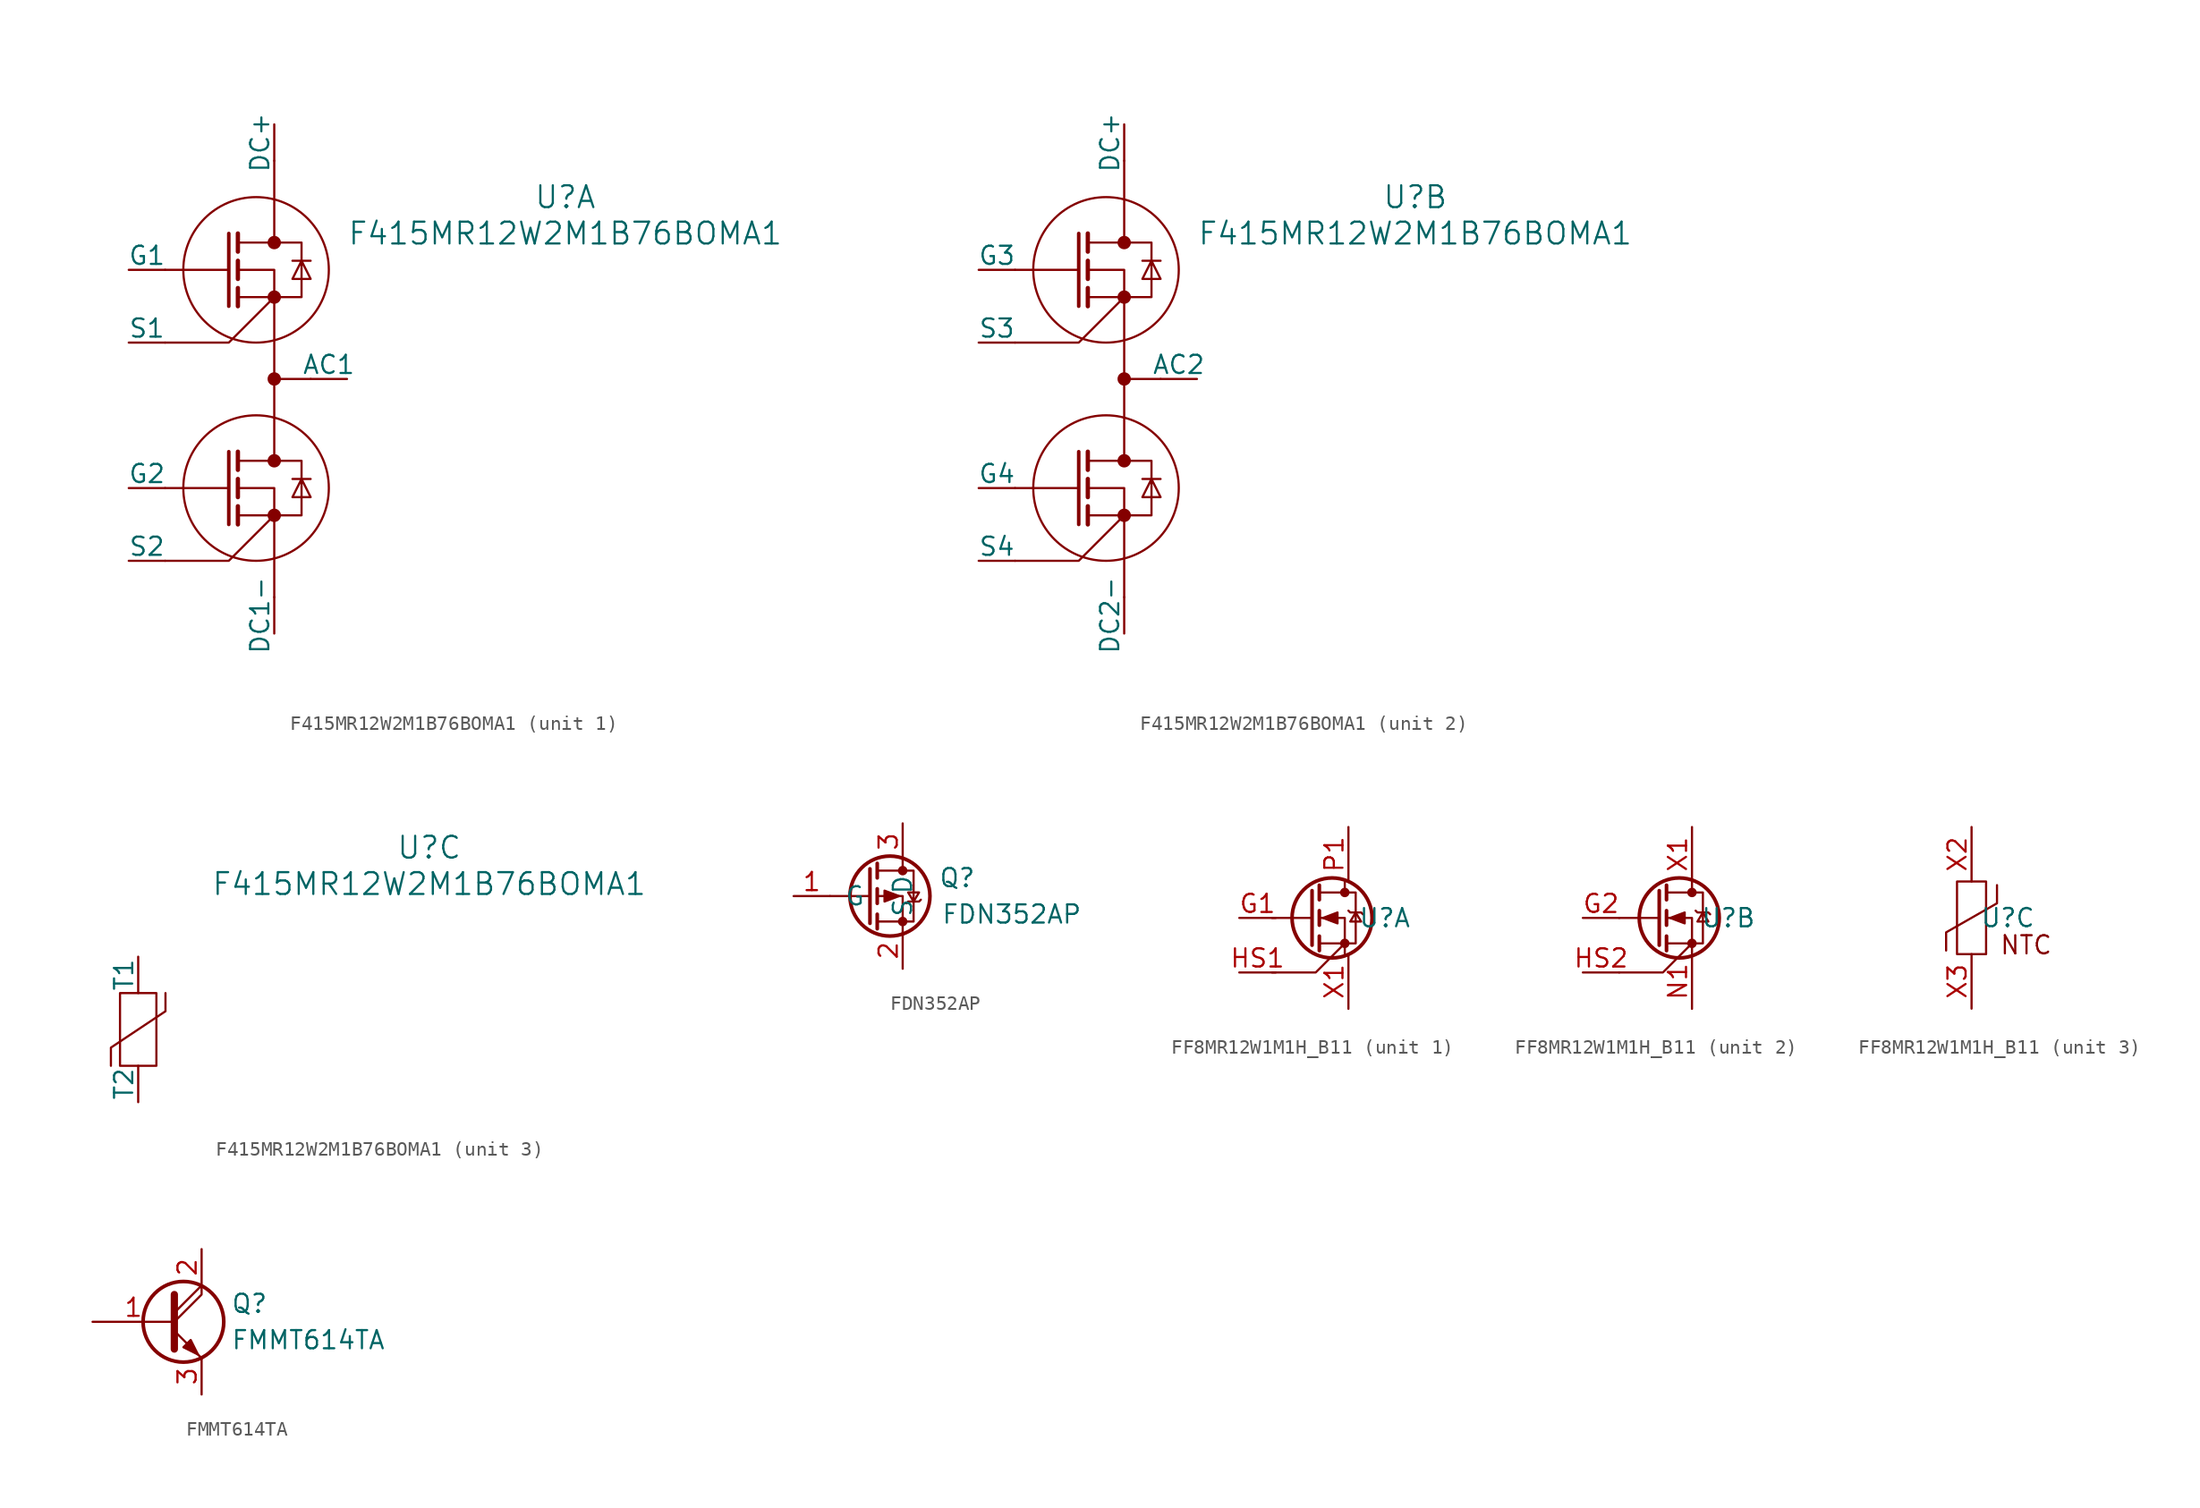
<source format=kicad_sym>
(kicad_symbol_lib
  (version 20231120)
  (generator "kicad_symbol_editor")
  (generator_version "8.0")
  (symbol "F415MR12W2M1B76BOMA1"
    (pin_numbers hide)
    (pin_names
      (offset 0))
    (property "Reference" "U"
      (at 20.32 12.7 0)
      (effects (font (size 1.524 1.524))))
    (property "Value" "F415MR12W2M1B76BOMA1"
      (at 20.32 10.16 0)
      (effects (font (size 1.524 1.524))))
    (property "ki_locked" ""
      (at 0 0 0)
      (effects (font (size 1.27 1.27))))
    (symbol "F415MR12W2M1B76BOMA1_1_1"
      (circle (center -1.27 -7.62) (radius 5.08) (stroke (width 0) (type default)) (fill (type none)))
      (circle (center -1.27 7.62) (radius 5.08) (stroke (width 0) (type default)) (fill (type none)))
      (circle (center 0 -9.525) (radius 0.391) (stroke (width 0) (type default)) (fill (type outline)))
      (circle (center 0 -5.715) (radius 0.391) (stroke (width 0) (type default)) (fill (type outline)))
      (polyline (pts (xy -3.175 -7.62) (xy -7.62 -7.62)) (stroke (width 0) (type default)) (fill (type none)))
      (polyline (pts (xy -3.175 -5.08) (xy -3.175 -10.16)) (stroke (width 0.25) (type default)) (fill (type none)))
      (polyline (pts (xy -3.175 7.62) (xy -7.62 7.62)) (stroke (width 0) (type default)) (fill (type none)))
      (polyline (pts (xy -3.175 10.16) (xy -3.175 5.08)) (stroke (width 0.25) (type default)) (fill (type none)))
      (polyline (pts (xy -2.54 -8.89) (xy -2.54 -10.16)) (stroke (width 0.3) (type default)) (fill (type none)))
      (polyline (pts (xy -2.54 -6.985) (xy -2.54 -8.255)) (stroke (width 0.3) (type default)) (fill (type none)))
      (polyline (pts (xy -2.54 -5.08) (xy -2.54 -6.35)) (stroke (width 0.3) (type default)) (fill (type none)))
      (polyline (pts (xy -2.54 6.35) (xy -2.54 5.08)) (stroke (width 0.3) (type default)) (fill (type none)))
      (polyline (pts (xy -2.54 8.255) (xy -2.54 6.985)) (stroke (width 0.3) (type default)) (fill (type none)))
      (polyline (pts (xy -2.54 10.16) (xy -2.54 8.89)) (stroke (width 0.3) (type default)) (fill (type none)))
      (polyline (pts (xy 2.54 0) (xy 0 0)) (stroke (width 0) (type default)) (fill (type none)))
      (polyline (pts (xy 0 -9.525) (xy -3.175 -12.7) (xy -7.62 -12.7)) (stroke (width 0) (type default)) (fill (type none)))
      (polyline (pts (xy 0 5.715) (xy -3.175 2.54) (xy -7.62 2.54)) (stroke (width 0) (type default)) (fill (type none)))
      (polyline (pts (xy 0 -15.24) (xy 0 -9.525) (xy -2.54 -9.525) (xy 0 -9.525) (xy 0 -7.62) (xy -2.54 -7.62) (xy 0 -7.62) (xy 0 -9.525) (xy 1.905 -9.525) (xy 1.905 -5.715) (xy -2.54 -5.715) (xy 0 -5.715) (xy 0 0) (xy 0 -5.715) (xy 1.905 -5.715) (xy 1.905 -6.985) (xy 1.27 -6.985) (xy 2.54 -6.985) (xy 1.905 -6.985) (xy 1.27 -8.255) (xy 2.54 -8.255) (xy 1.905 -6.985)) (stroke (width 0) (type default)) (fill (type none)))
      (polyline (pts (xy 0 0) (xy 0 5.715) (xy -2.54 5.715) (xy 0 5.715) (xy 0 7.62) (xy -2.54 7.62) (xy 0 7.62) (xy 0 5.715) (xy 1.905 5.715) (xy 1.905 9.525) (xy -2.54 9.525) (xy 0 9.525) (xy 0 15.24) (xy 0 9.525) (xy 1.905 9.525) (xy 1.905 8.255) (xy 1.27 8.255) (xy 2.54 8.255) (xy 1.905 8.255) (xy 1.27 6.985) (xy 2.54 6.985) (xy 1.905 8.255)) (stroke (width 0) (type default)) (fill (type none)))
      (circle (center 0 0) (radius 0.391) (stroke (width 0) (type default)) (fill (type outline)))
      (circle (center 0 5.715) (radius 0.391) (stroke (width 0) (type default)) (fill (type outline)))
      (circle (center 0 9.525) (radius 0.391) (stroke (width 0) (type default)) (fill (type outline)))
      (pin power_out line (at 5.08 0 180) (length 2.54) (name "AC1" (effects (font (size 1.27 1.27)))) (number "AC1" (effects (font (size 1.27 1.27)))))
      (pin power_in line (at 0 17.78 270) (length 2.54) (name "DC+" (effects (font (size 1.27 1.27)))) (number "DC+" (effects (font (size 1.27 1.27)))))
      (pin power_in line (at 0 -17.78 90) (length 2.54) (name "DC1-" (effects (font (size 1.27 1.27)))) (number "DC1-" (effects (font (size 1.27 1.27)))))
      (pin passive line (at -10.16 7.62 0) (length 2.54) (name "G1" (effects (font (size 1.27 1.27)))) (number "G1" (effects (font (size 1.27 1.27)))))
      (pin passive line (at -10.16 -7.62 0) (length 2.54) (name "G2" (effects (font (size 1.27 1.27)))) (number "G2" (effects (font (size 1.27 1.27)))))
      (pin passive line (at -10.16 2.54 0) (length 2.54) (name "S1" (effects (font (size 1.27 1.27)))) (number "S1" (effects (font (size 1.27 1.27)))))
      (pin passive line (at -10.16 -12.7 0) (length 2.54) (name "S2" (effects (font (size 1.27 1.27)))) (number "S2" (effects (font (size 1.27 1.27))))))
    (symbol "F415MR12W2M1B76BOMA1_2_1"
      (circle (center -1.27 -7.62) (radius 5.08) (stroke (width 0) (type default)) (fill (type none)))
      (circle (center -1.27 7.62) (radius 5.08) (stroke (width 0) (type default)) (fill (type none)))
      (circle (center 0 -9.525) (radius 0.391) (stroke (width 0) (type default)) (fill (type outline)))
      (circle (center 0 -5.715) (radius 0.391) (stroke (width 0) (type default)) (fill (type outline)))
      (polyline (pts (xy -3.175 -7.62) (xy -7.62 -7.62)) (stroke (width 0) (type default)) (fill (type none)))
      (polyline (pts (xy -3.175 -5.08) (xy -3.175 -10.16)) (stroke (width 0.25) (type default)) (fill (type none)))
      (polyline (pts (xy -3.175 7.62) (xy -7.62 7.62)) (stroke (width 0) (type default)) (fill (type none)))
      (polyline (pts (xy -3.175 10.16) (xy -3.175 5.08)) (stroke (width 0.25) (type default)) (fill (type none)))
      (polyline (pts (xy -2.54 -8.89) (xy -2.54 -10.16)) (stroke (width 0.3) (type default)) (fill (type none)))
      (polyline (pts (xy -2.54 -6.985) (xy -2.54 -8.255)) (stroke (width 0.3) (type default)) (fill (type none)))
      (polyline (pts (xy -2.54 -5.08) (xy -2.54 -6.35)) (stroke (width 0.3) (type default)) (fill (type none)))
      (polyline (pts (xy -2.54 6.35) (xy -2.54 5.08)) (stroke (width 0.3) (type default)) (fill (type none)))
      (polyline (pts (xy -2.54 8.255) (xy -2.54 6.985)) (stroke (width 0.3) (type default)) (fill (type none)))
      (polyline (pts (xy -2.54 10.16) (xy -2.54 8.89)) (stroke (width 0.3) (type default)) (fill (type none)))
      (polyline (pts (xy 2.54 0) (xy 0 0)) (stroke (width 0) (type default)) (fill (type none)))
      (polyline (pts (xy 0 -9.525) (xy -3.175 -12.7) (xy -7.62 -12.7)) (stroke (width 0) (type default)) (fill (type none)))
      (polyline (pts (xy 0 5.715) (xy -3.175 2.54) (xy -7.62 2.54)) (stroke (width 0) (type default)) (fill (type none)))
      (polyline (pts (xy 0 -15.24) (xy 0 -9.525) (xy -2.54 -9.525) (xy 0 -9.525) (xy 0 -7.62) (xy -2.54 -7.62) (xy 0 -7.62) (xy 0 -9.525) (xy 1.905 -9.525) (xy 1.905 -5.715) (xy -2.54 -5.715) (xy 0 -5.715) (xy 0 0) (xy 0 -5.715) (xy 1.905 -5.715) (xy 1.905 -6.985) (xy 1.27 -6.985) (xy 2.54 -6.985) (xy 1.905 -6.985) (xy 1.27 -8.255) (xy 2.54 -8.255) (xy 1.905 -6.985)) (stroke (width 0) (type default)) (fill (type none)))
      (polyline (pts (xy 0 0) (xy 0 5.715) (xy -2.54 5.715) (xy 0 5.715) (xy 0 7.62) (xy -2.54 7.62) (xy 0 7.62) (xy 0 5.715) (xy 1.905 5.715) (xy 1.905 9.525) (xy -2.54 9.525) (xy 0 9.525) (xy 0 15.24) (xy 0 9.525) (xy 1.905 9.525) (xy 1.905 8.255) (xy 1.27 8.255) (xy 2.54 8.255) (xy 1.905 8.255) (xy 1.27 6.985) (xy 2.54 6.985) (xy 1.905 8.255)) (stroke (width 0) (type default)) (fill (type none)))
      (circle (center 0 0) (radius 0.391) (stroke (width 0) (type default)) (fill (type outline)))
      (circle (center 0 5.715) (radius 0.391) (stroke (width 0) (type default)) (fill (type outline)))
      (circle (center 0 9.525) (radius 0.391) (stroke (width 0) (type default)) (fill (type outline)))
      (pin power_out line (at 5.08 0 180) (length 2.54) (name "AC2" (effects (font (size 1.27 1.27)))) (number "AC2" (effects (font (size 1.27 1.27)))))
      (pin power_in line (at 0 17.78 270) (length 2.54) (name "DC+" (effects (font (size 1.27 1.27)))) (number "DC+" (effects (font (size 1.27 1.27)))))
      (pin power_in line (at 0 -17.78 90) (length 2.54) (name "DC2-" (effects (font (size 1.27 1.27)))) (number "DC2-" (effects (font (size 1.27 1.27)))))
      (pin passive line (at -10.16 7.62 0) (length 2.54) (name "G3" (effects (font (size 1.27 1.27)))) (number "G3" (effects (font (size 1.27 1.27)))))
      (pin passive line (at -10.16 -7.62 0) (length 2.54) (name "G4" (effects (font (size 1.27 1.27)))) (number "G4" (effects (font (size 1.27 1.27)))))
      (pin passive line (at -10.16 2.54 0) (length 2.54) (name "S3" (effects (font (size 1.27 1.27)))) (number "S3" (effects (font (size 1.27 1.27)))))
      (pin passive line (at -10.16 -12.7 0) (length 2.54) (name "S4" (effects (font (size 1.27 1.27)))) (number "S4" (effects (font (size 1.27 1.27))))))
    (symbol "F415MR12W2M1B76BOMA1_3_1"
      (rectangle (start -1.27 2.54) (end 1.27 -2.54) (stroke (width 0) (type default)) (fill (type none)))
      (polyline (pts (xy -1.905 -2.54) (xy -1.905 -1.27) (xy 1.905 1.27) (xy 1.905 2.54)) (stroke (width 0) (type default)) (fill (type none)))
      (pin passive line (at 0 5.08 270) (length 2.54) (name "T1" (effects (font (size 1.27 1.27)))) (number "T1" (effects (font (size 1.27 1.27)))))
      (pin passive line (at 0 -5.08 90) (length 2.54) (name "T2" (effects (font (size 1.27 1.27)))) (number "T2" (effects (font (size 1.27 1.27)))))))
  (symbol "FDN352AP"
    (pin_names
      (offset 1.016))
    (property "Reference" "Q"
      (at 3.81 1.27 0)
      (effects (font (size 1.27 1.27))))
    (property "Value" "FDN352AP"
      (at 7.62 -1.27 0)
      (effects (font (size 1.27 1.27))))
    (symbol "FDN352AP_1_1"
      (circle (center -0.889 0) (radius 2.794) (stroke (width 0.254) (type default)) (fill (type none)))
      (circle (center 0 -1.778) (radius 0.254) (stroke (width 0) (type default)) (fill (type outline)))
      (polyline (pts (xy -2.286 0) (xy -5.08 0)) (stroke (width 0) (type default)) (fill (type none)))
      (polyline (pts (xy -2.286 1.905) (xy -2.286 -1.905)) (stroke (width 0.254) (type default)) (fill (type none)))
      (polyline (pts (xy -1.778 -1.27) (xy -1.778 -2.286)) (stroke (width 0.254) (type default)) (fill (type none)))
      (polyline (pts (xy -1.778 0.508) (xy -1.778 -0.508)) (stroke (width 0.254) (type default)) (fill (type none)))
      (polyline (pts (xy -1.778 2.286) (xy -1.778 1.27)) (stroke (width 0.254) (type default)) (fill (type none)))
      (polyline (pts (xy 0 2.54) (xy 0 1.778)) (stroke (width 0) (type default)) (fill (type none)))
      (polyline (pts (xy 0 -2.54) (xy 0 0) (xy -1.778 0)) (stroke (width 0) (type default)) (fill (type none)))
      (polyline (pts (xy -1.778 1.778) (xy 0.762 1.778) (xy 0.762 -1.778) (xy -1.778 -1.778)) (stroke (width 0) (type default)) (fill (type none)))
      (polyline (pts (xy -0.254 0) (xy -1.27 0.381) (xy -1.27 -0.381) (xy -0.254 0)) (stroke (width 0) (type default)) (fill (type outline)))
      (polyline (pts (xy 0.254 -0.508) (xy 0.381 -0.381) (xy 1.143 -0.381) (xy 1.27 -0.254)) (stroke (width 0) (type default)) (fill (type none)))
      (polyline (pts (xy 0.762 -0.381) (xy 0.381 0.254) (xy 1.143 0.254) (xy 0.762 -0.381)) (stroke (width 0) (type default)) (fill (type none)))
      (circle (center 0 1.778) (radius 0.254) (stroke (width 0) (type default)) (fill (type outline)))
      (pin input line (at -7.62 0 0) (length 2.54) (name "G" (effects (font (size 1.27 1.27)))) (number "1" (effects (font (size 1.27 1.27)))))
      (pin passive line (at 0 -5.08 90) (length 2.54) (name "S" (effects (font (size 1.27 1.27)))) (number "2" (effects (font (size 1.27 1.27)))))
      (pin passive line (at 0 5.08 270) (length 2.54) (name "D" (effects (font (size 1.27 1.27)))) (number "3" (effects (font (size 1.27 1.27)))))))
  (symbol "FF8MR12W1M1H_B11"
    (property "Reference" "U"
      (at 2.54 0 0)
      (effects (font (size 1.27 1.27))))
    (property "ki_locked" ""
      (at 0 0 0)
      (effects (font (size 1.27 1.27))))
    (symbol "FF8MR12W1M1H_B11_1_1"
      (unit_name "HS")
      (circle (center -1.143 0) (radius 2.794) (stroke (width 0.254) (type default)) (fill (type none)))
      (circle (center -0.254 -1.778) (radius 0.254) (stroke (width 0) (type default)) (fill (type outline)))
      (circle (center -0.254 1.778) (radius 0.254) (stroke (width 0) (type default)) (fill (type outline)))
      (polyline (pts (xy -2.54 0) (xy -5.334 0)) (stroke (width 0) (type default)) (fill (type none)))
      (polyline (pts (xy -2.54 1.905) (xy -2.54 -1.905)) (stroke (width 0.254) (type default)) (fill (type none)))
      (polyline (pts (xy -2.032 -1.27) (xy -2.032 -2.286)) (stroke (width 0.254) (type default)) (fill (type none)))
      (polyline (pts (xy -2.032 0.508) (xy -2.032 -0.508)) (stroke (width 0.254) (type default)) (fill (type none)))
      (polyline (pts (xy -2.032 2.286) (xy -2.032 1.27)) (stroke (width 0.254) (type default)) (fill (type none)))
      (polyline (pts (xy -0.254 2.54) (xy -0.254 1.778)) (stroke (width 0) (type default)) (fill (type none)))
      (polyline (pts (xy -0.254 -2.54) (xy -0.254 0) (xy -2.032 0)) (stroke (width 0) (type default)) (fill (type none)))
      (polyline (pts (xy -0.254 -1.778) (xy -2.286 -3.81) (xy -5.334 -3.81)) (stroke (width 0) (type default)) (fill (type none)))
      (polyline (pts (xy -2.032 -1.778) (xy 0.508 -1.778) (xy 0.508 1.778) (xy -2.032 1.778)) (stroke (width 0) (type default)) (fill (type none)))
      (polyline (pts (xy -1.778 0) (xy -0.762 0.381) (xy -0.762 -0.381) (xy -1.778 0)) (stroke (width 0) (type default)) (fill (type outline)))
      (polyline (pts (xy 0 0.508) (xy 0.127 0.381) (xy 0.889 0.381) (xy 1.016 0.254)) (stroke (width 0) (type default)) (fill (type none)))
      (polyline (pts (xy 0.508 0.381) (xy 0.127 -0.254) (xy 0.889 -0.254) (xy 0.508 0.381)) (stroke (width 0) (type default)) (fill (type none)))
      (pin passive line (at -7.62 0 0) (length 2.54) (name "" (effects (font (size 1.27 1.27)))) (number "G1" (effects (font (size 1.27 1.27)))))
      (pin passive line (at -7.62 -3.81 0) (length 2.54) (name "" (effects (font (size 1.27 1.27)))) (number "HS1" (effects (font (size 1.27 1.27)))))
      (pin passive line (at 0 6.35 270) (length 3.81) (name "" (effects (font (size 1.27 1.27)))) (number "P1" (effects (font (size 1.27 1.27)))))
      (pin passive line (at 0 -6.35 90) (length 3.81) (name "" (effects (font (size 1.27 1.27)))) (number "X1" (effects (font (size 1.27 1.27))))))
    (symbol "FF8MR12W1M1H_B11_2_1"
      (unit_name "LS")
      (circle (center -0.889 0) (radius 2.794) (stroke (width 0.254) (type default)) (fill (type none)))
      (circle (center 0 -1.778) (radius 0.254) (stroke (width 0) (type default)) (fill (type outline)))
      (polyline (pts (xy -2.286 0) (xy -5.08 0)) (stroke (width 0) (type default)) (fill (type none)))
      (polyline (pts (xy -2.286 1.905) (xy -2.286 -1.905)) (stroke (width 0.254) (type default)) (fill (type none)))
      (polyline (pts (xy -1.778 -1.27) (xy -1.778 -2.286)) (stroke (width 0.254) (type default)) (fill (type none)))
      (polyline (pts (xy -1.778 0.508) (xy -1.778 -0.508)) (stroke (width 0.254) (type default)) (fill (type none)))
      (polyline (pts (xy -1.778 2.286) (xy -1.778 1.27)) (stroke (width 0.254) (type default)) (fill (type none)))
      (polyline (pts (xy 0 2.54) (xy 0 1.778)) (stroke (width 0) (type default)) (fill (type none)))
      (polyline (pts (xy 0 -2.54) (xy 0 0) (xy -1.778 0)) (stroke (width 0) (type default)) (fill (type none)))
      (polyline (pts (xy 0 -1.778) (xy -2.032 -3.81) (xy -5.08 -3.81)) (stroke (width 0) (type default)) (fill (type none)))
      (polyline (pts (xy -1.778 -1.778) (xy 0.762 -1.778) (xy 0.762 1.778) (xy -1.778 1.778)) (stroke (width 0) (type default)) (fill (type none)))
      (polyline (pts (xy -1.524 0) (xy -0.508 0.381) (xy -0.508 -0.381) (xy -1.524 0)) (stroke (width 0) (type default)) (fill (type outline)))
      (polyline (pts (xy 0.254 0.508) (xy 0.381 0.381) (xy 1.143 0.381) (xy 1.27 0.254)) (stroke (width 0) (type default)) (fill (type none)))
      (polyline (pts (xy 0.762 0.381) (xy 0.381 -0.254) (xy 1.143 -0.254) (xy 0.762 0.381)) (stroke (width 0) (type default)) (fill (type none)))
      (circle (center 0 1.778) (radius 0.254) (stroke (width 0) (type default)) (fill (type outline)))
      (pin passive line (at -7.62 0 0) (length 2.54) (name "" (effects (font (size 1.27 1.27)))) (number "G2" (effects (font (size 1.27 1.27)))))
      (pin passive line (at -7.62 -3.81 0) (length 2.54) (name "" (effects (font (size 1.27 1.27)))) (number "HS2" (effects (font (size 1.27 1.27)))))
      (pin passive line (at 0 -6.35 90) (length 3.81) (name "" (effects (font (size 1.27 1.27)))) (number "N1" (effects (font (size 1.27 1.27)))))
      (pin passive line (at 0 6.35 270) (length 3.81) (name "" (effects (font (size 1.27 1.27)))) (number "X1" (effects (font (size 1.27 1.27))))))
    (symbol "FF8MR12W1M1H_B11_3_1"
      (unit_name "Tempsensor")
      (rectangle (start -1.016 2.54) (end 1.016 -2.54) (stroke (width 0) (type default)) (fill (type none)))
      (polyline (pts (xy 1.778 2.286) (xy 1.778 1.016) (xy -1.778 -1.016) (xy -1.778 -2.286)) (stroke (width 0) (type default)) (fill (type none)))
      (text "NTC" (at 3.81 -1.905 0) (effects (font (size 1.27 1.27))))
      (pin passive line (at 0 6.35 270) (length 3.81) (name "" (effects (font (size 1.27 1.27)))) (number "X2" (effects (font (size 1.27 1.27)))))
      (pin passive line (at 0 -6.35 90) (length 3.81) (name "" (effects (font (size 1.27 1.27)))) (number "X3" (effects (font (size 1.27 1.27)))))))
  (symbol "FMMT614TA"
    (pin_names
      (offset 0) hide)
    (property "Reference" "Q"
      (at 4.572 1.27 0)
      (effects (font (size 1.27 1.27)) (justify left)))
    (property "Value" "FMMT614TA"
      (at 4.572 -1.27 0)
      (effects (font (size 1.27 1.27)) (justify left)))
    (symbol "FMMT614TA_0_1"
      (polyline (pts (xy 0.635 0.635) (xy 2.54 2.54)) (stroke (width 0) (type default)) (fill (type none)))
      (polyline (pts (xy 0.635 -0.635) (xy 2.54 -2.54) (xy 2.54 -2.54)) (stroke (width 0) (type default)) (fill (type none)))
      (polyline (pts (xy 0.635 0) (xy 2.54 1.905) (xy 2.54 2.54)) (stroke (width 0) (type default)) (fill (type none)))
      (polyline (pts (xy 0.635 1.905) (xy 0.635 -1.905) (xy 0.635 -1.905)) (stroke (width 0.508) (type default)) (fill (type none)))
      (polyline (pts (xy 1.27 -1.778) (xy 1.778 -1.27) (xy 2.286 -2.286) (xy 1.27 -1.778) (xy 1.27 -1.778)) (stroke (width 0) (type default)) (fill (type outline)))
      (circle (center 1.27 0) (radius 2.819) (stroke (width 0.254) (type default)) (fill (type none))))
    (symbol "FMMT614TA_1_1"
      (pin input line (at -5.08 0 0) (length 5.715) (name "B" (effects (font (size 1.27 1.27)))) (number "1" (effects (font (size 1.27 1.27)))))
      (pin passive line (at 2.54 5.08 270) (length 2.54) (name "C" (effects (font (size 1.27 1.27)))) (number "2" (effects (font (size 1.27 1.27)))))
      (pin passive line (at 2.54 -5.08 90) (length 2.54) (name "E" (effects (font (size 1.27 1.27)))) (number "3" (effects (font (size 1.27 1.27))))))))
</source>
